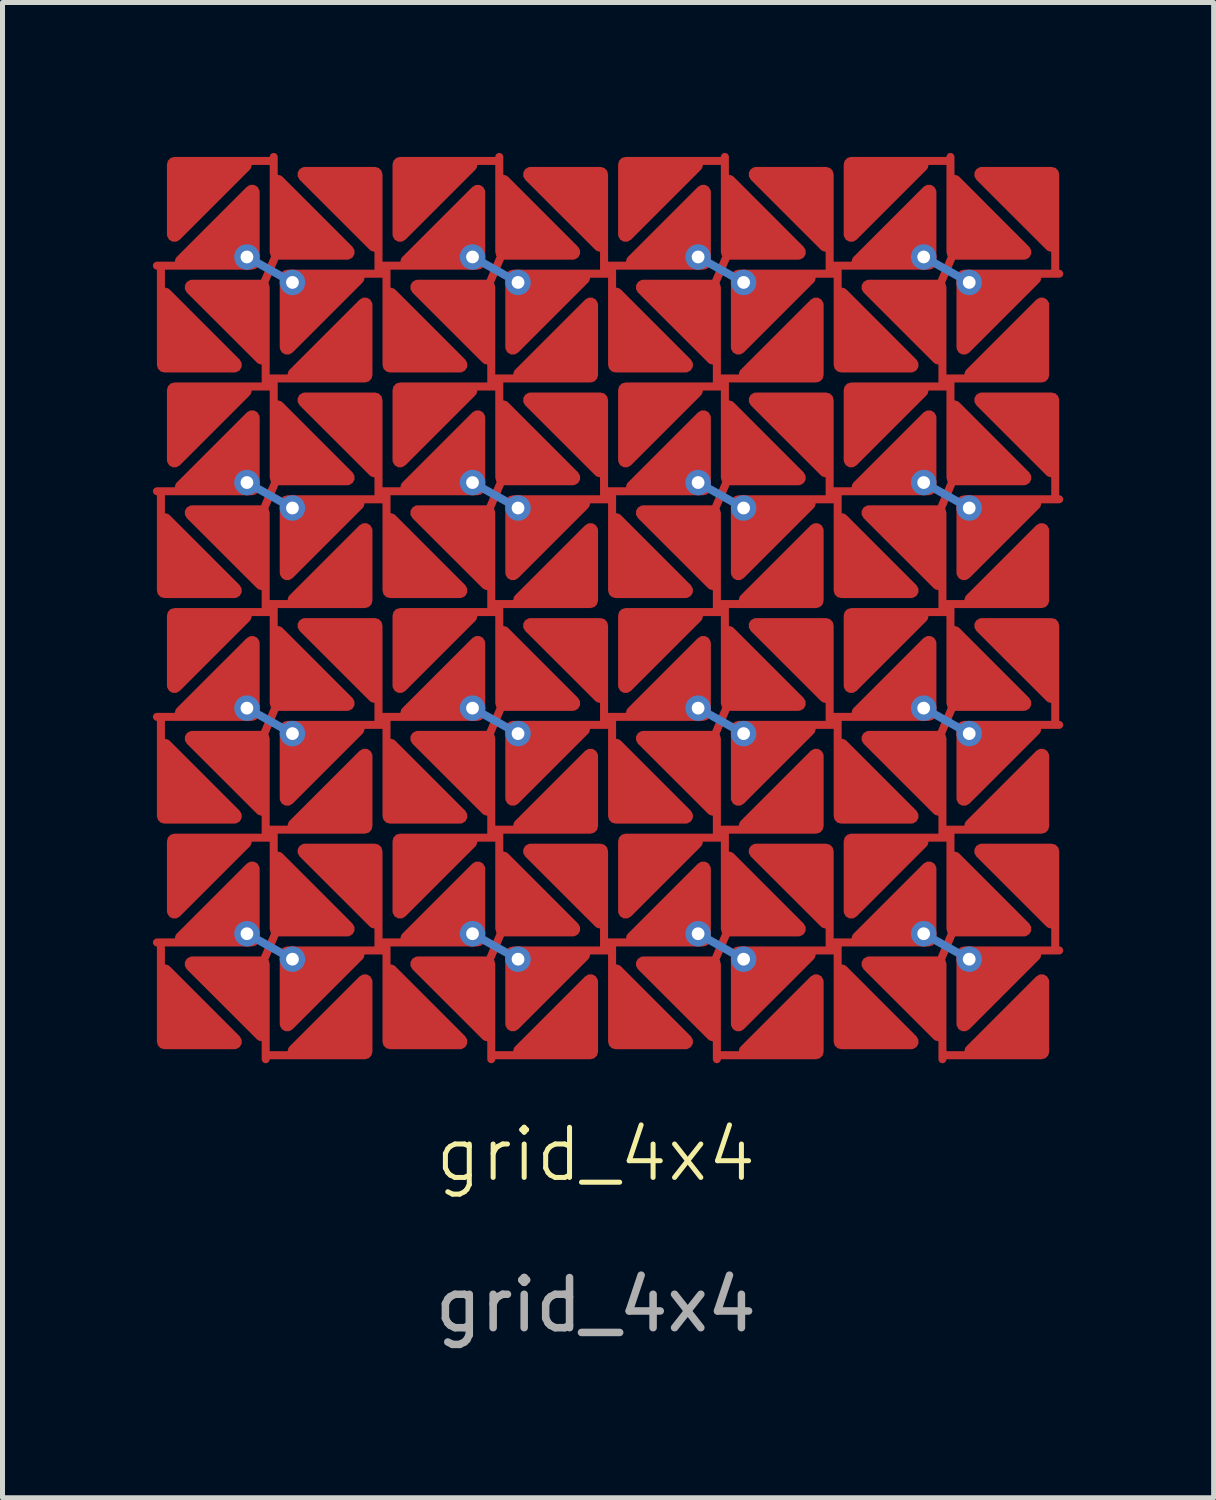
<source format=kicad_pcb>
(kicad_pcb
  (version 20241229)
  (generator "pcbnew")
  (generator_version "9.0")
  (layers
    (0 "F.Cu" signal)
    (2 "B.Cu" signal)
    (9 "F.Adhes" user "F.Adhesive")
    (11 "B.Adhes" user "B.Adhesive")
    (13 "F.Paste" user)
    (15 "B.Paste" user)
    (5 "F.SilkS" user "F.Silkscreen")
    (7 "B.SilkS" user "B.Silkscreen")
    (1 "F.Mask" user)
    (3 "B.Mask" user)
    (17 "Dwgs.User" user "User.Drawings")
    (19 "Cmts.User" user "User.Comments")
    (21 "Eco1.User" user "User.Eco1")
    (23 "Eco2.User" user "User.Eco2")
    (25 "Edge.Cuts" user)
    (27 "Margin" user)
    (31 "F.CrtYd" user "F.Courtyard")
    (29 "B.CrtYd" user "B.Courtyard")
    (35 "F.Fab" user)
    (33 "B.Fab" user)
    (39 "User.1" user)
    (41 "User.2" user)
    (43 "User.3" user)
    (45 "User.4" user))
  (footprint "grid_4x4"
    (layer "F.Cu")
    (at 8.835 20.48)
    (property "Reference" "grid_4x4" (at 0 -0.5 0) (unlocked yes) (layer "F.SilkS") (effects (font (size 1 1) (thickness 0.1))))
    (attr exclude_from_bom)
    (fp_line (start -6.585 -2.4) (end -6.585 -3.525) (stroke (width 0.1) (type solid)) (layer "F.Cu"))
    (fp_line (start -6.585 -15.9) (end -6.585 -17.025) (stroke (width 0.1) (type solid)) (layer "F.Cu"))
    (fp_line (start -6.585 -11.4) (end -6.585 -12.525) (stroke (width 0.1) (type solid)) (layer "F.Cu"))
    (fp_line (start -6.585 -6.9) (end -6.585 -8.025) (stroke (width 0.1) (type solid)) (layer "F.Cu"))
    (fp_line (start -6.505 -20.32) (end -7.63 -20.32) (stroke (width 0.1) (type solid)) (layer "F.Cu"))
    (fp_line (start -6.505 -15.98) (end -5.38 -15.98) (stroke (width 0.1) (type solid)) (layer "F.Cu"))
    (fp_line (start -6.505 -15.82) (end -7.63 -15.82) (stroke (width 0.1) (type solid)) (layer "F.Cu"))
    (fp_line (start -6.505 -11.48) (end -5.38 -11.48) (stroke (width 0.1) (type solid)) (layer "F.Cu"))
    (fp_line (start -6.505 -11.32) (end -7.63 -11.32) (stroke (width 0.1) (type solid)) (layer "F.Cu"))
    (fp_line (start -6.505 -6.98) (end -5.38 -6.98) (stroke (width 0.1) (type solid)) (layer "F.Cu"))
    (fp_line (start -6.505 -6.82) (end -7.63 -6.82) (stroke (width 0.1) (type solid)) (layer "F.Cu"))
    (fp_line (start -6.505 -2.48) (end -5.38 -2.48) (stroke (width 0.1) (type solid)) (layer "F.Cu"))
    (fp_line (start -6.425 -20.4) (end -6.425 -19.275) (stroke (width 0.1) (type solid)) (layer "F.Cu"))
    (fp_line (start -6.425 -15.9) (end -6.425 -14.775) (stroke (width 0.1) (type solid)) (layer "F.Cu"))
    (fp_line (start -6.425 -11.4) (end -6.425 -10.275) (stroke (width 0.1) (type solid)) (layer "F.Cu"))
    (fp_line (start -6.425 -6.9) (end -6.425 -5.775) (stroke (width 0.1) (type solid)) (layer "F.Cu"))
    (fp_line (start -6.355 -18.5) (end -6.655 -17.8) (stroke (width 0.1) (type solid)) (layer "F.Cu"))
    (fp_line (start -6.355 -14) (end -6.655 -13.3) (stroke (width 0.1) (type solid)) (layer "F.Cu"))
    (fp_line (start -6.355 -9.5) (end -6.655 -8.8) (stroke (width 0.1) (type solid)) (layer "F.Cu"))
    (fp_line (start -6.355 -5) (end -6.655 -4.3) (stroke (width 0.1) (type solid)) (layer "F.Cu"))
    (fp_line (start -2.085 -15.9) (end -2.085 -17.025) (stroke (width 0.1) (type solid)) (layer "F.Cu"))
    (fp_line (start -2.085 -11.4) (end -2.085 -12.525) (stroke (width 0.1) (type solid)) (layer "F.Cu"))
    (fp_line (start -2.085 -6.9) (end -2.085 -8.025) (stroke (width 0.1) (type solid)) (layer "F.Cu"))
    (fp_line (start -2.085 -2.4) (end -2.085 -3.525) (stroke (width 0.1) (type solid)) (layer "F.Cu"))
    (fp_line (start -2.005 -20.32) (end -3.13 -20.32) (stroke (width 0.1) (type solid)) (layer "F.Cu"))
    (fp_line (start -2.005 -15.98) (end -0.88 -15.98) (stroke (width 0.1) (type solid)) (layer "F.Cu"))
    (fp_line (start -2.005 -15.82) (end -3.13 -15.82) (stroke (width 0.1) (type solid)) (layer "F.Cu"))
    (fp_line (start -2.005 -11.48) (end -0.88 -11.48) (stroke (width 0.1) (type solid)) (layer "F.Cu"))
    (fp_line (start -2.005 -11.32) (end -3.13 -11.32) (stroke (width 0.1) (type solid)) (layer "F.Cu"))
    (fp_line (start -2.005 -6.98) (end -0.88 -6.98) (stroke (width 0.1) (type solid)) (layer "F.Cu"))
    (fp_line (start -2.005 -6.82) (end -3.13 -6.82) (stroke (width 0.1) (type solid)) (layer "F.Cu"))
    (fp_line (start -2.005 -2.48) (end -0.88 -2.48) (stroke (width 0.1) (type solid)) (layer "F.Cu"))
    (fp_line (start -1.925 -20.4) (end -1.925 -19.275) (stroke (width 0.1) (type solid)) (layer "F.Cu"))
    (fp_line (start -1.925 -15.9) (end -1.925 -14.775) (stroke (width 0.1) (type solid)) (layer "F.Cu"))
    (fp_line (start -1.925 -11.4) (end -1.925 -10.275) (stroke (width 0.1) (type solid)) (layer "F.Cu"))
    (fp_line (start -1.925 -6.9) (end -1.925 -5.775) (stroke (width 0.1) (type solid)) (layer "F.Cu"))
    (fp_line (start -1.855 -18.5) (end -2.155 -17.8) (stroke (width 0.1) (type solid)) (layer "F.Cu"))
    (fp_line (start -1.855 -14) (end -2.155 -13.3) (stroke (width 0.1) (type solid)) (layer "F.Cu"))
    (fp_line (start -1.855 -9.5) (end -2.155 -8.8) (stroke (width 0.1) (type solid)) (layer "F.Cu"))
    (fp_line (start -1.855 -5) (end -2.155 -4.3) (stroke (width 0.1) (type solid)) (layer "F.Cu"))
    (fp_line (start 2.415 -15.9) (end 2.415 -17.025) (stroke (width 0.1) (type solid)) (layer "F.Cu"))
    (fp_line (start 2.415 -2.4) (end 2.415 -3.525) (stroke (width 0.1) (type solid)) (layer "F.Cu"))
    (fp_line (start 2.415 -11.4) (end 2.415 -12.525) (stroke (width 0.1) (type solid)) (layer "F.Cu"))
    (fp_line (start 2.415 -6.9) (end 2.415 -8.025) (stroke (width 0.1) (type solid)) (layer "F.Cu"))
    (fp_line (start 2.495 -20.32) (end 1.37 -20.32) (stroke (width 0.1) (type solid)) (layer "F.Cu"))
    (fp_line (start 2.495 -15.98) (end 3.62 -15.98) (stroke (width 0.1) (type solid)) (layer "F.Cu"))
    (fp_line (start 2.495 -15.82) (end 1.37 -15.82) (stroke (width 0.1) (type solid)) (layer "F.Cu"))
    (fp_line (start 2.495 -11.48) (end 3.62 -11.48) (stroke (width 0.1) (type solid)) (layer "F.Cu"))
    (fp_line (start 2.495 -11.32) (end 1.37 -11.32) (stroke (width 0.1) (type solid)) (layer "F.Cu"))
    (fp_line (start 2.495 -6.98) (end 3.62 -6.98) (stroke (width 0.1) (type solid)) (layer "F.Cu"))
    (fp_line (start 2.495 -6.82) (end 1.37 -6.82) (stroke (width 0.1) (type solid)) (layer "F.Cu"))
    (fp_line (start 2.495 -2.48) (end 3.62 -2.48) (stroke (width 0.1) (type solid)) (layer "F.Cu"))
    (fp_line (start 2.575 -20.4) (end 2.575 -19.275) (stroke (width 0.1) (type solid)) (layer "F.Cu"))
    (fp_line (start 2.575 -15.9) (end 2.575 -14.775) (stroke (width 0.1) (type solid)) (layer "F.Cu"))
    (fp_line (start 2.575 -11.4) (end 2.575 -10.275) (stroke (width 0.1) (type solid)) (layer "F.Cu"))
    (fp_line (start 2.575 -6.9) (end 2.575 -5.775) (stroke (width 0.1) (type solid)) (layer "F.Cu"))
    (fp_line (start 2.645 -18.5) (end 2.345 -17.8) (stroke (width 0.1) (type solid)) (layer "F.Cu"))
    (fp_line (start 2.645 -14) (end 2.345 -13.3) (stroke (width 0.1) (type solid)) (layer "F.Cu"))
    (fp_line (start 2.645 -9.5) (end 2.345 -8.8) (stroke (width 0.1) (type solid)) (layer "F.Cu"))
    (fp_line (start 2.645 -5) (end 2.345 -4.3) (stroke (width 0.1) (type solid)) (layer "F.Cu"))
    (fp_line (start 6.915 -15.9) (end 6.915 -17.025) (stroke (width 0.1) (type solid)) (layer "F.Cu"))
    (fp_line (start 6.915 -2.4) (end 6.915 -3.525) (stroke (width 0.1) (type solid)) (layer "F.Cu"))
    (fp_line (start 6.915 -11.4) (end 6.915 -12.525) (stroke (width 0.1) (type solid)) (layer "F.Cu"))
    (fp_line (start 6.915 -6.9) (end 6.915 -8.025) (stroke (width 0.1) (type solid)) (layer "F.Cu"))
    (fp_line (start 6.995 -20.32) (end 5.87 -20.32) (stroke (width 0.1) (type solid)) (layer "F.Cu"))
    (fp_line (start 6.995 -15.98) (end 8.12 -15.98) (stroke (width 0.1) (type solid)) (layer "F.Cu"))
    (fp_line (start 6.995 -15.82) (end 5.87 -15.82) (stroke (width 0.1) (type solid)) (layer "F.Cu"))
    (fp_line (start 6.995 -11.48) (end 8.12 -11.48) (stroke (width 0.1) (type solid)) (layer "F.Cu"))
    (fp_line (start 6.995 -11.32) (end 5.87 -11.32) (stroke (width 0.1) (type solid)) (layer "F.Cu"))
    (fp_line (start 6.995 -6.98) (end 8.12 -6.98) (stroke (width 0.1) (type solid)) (layer "F.Cu"))
    (fp_line (start 6.995 -6.82) (end 5.87 -6.82) (stroke (width 0.1) (type solid)) (layer "F.Cu"))
    (fp_line (start 6.995 -2.48) (end 8.12 -2.48) (stroke (width 0.1) (type solid)) (layer "F.Cu"))
    (fp_line (start 7.075 -20.4) (end 7.075 -19.275) (stroke (width 0.1) (type solid)) (layer "F.Cu"))
    (fp_line (start 7.075 -15.9) (end 7.075 -14.775) (stroke (width 0.1) (type solid)) (layer "F.Cu"))
    (fp_line (start 7.075 -11.4) (end 7.075 -10.275) (stroke (width 0.1) (type solid)) (layer "F.Cu"))
    (fp_line (start 7.075 -6.9) (end 7.075 -5.775) (stroke (width 0.1) (type solid)) (layer "F.Cu"))
    (fp_line (start 7.145 -18.5) (end 6.845 -17.8) (stroke (width 0.1) (type solid)) (layer "F.Cu"))
    (fp_line (start 7.145 -14) (end 6.845 -13.3) (stroke (width 0.1) (type solid)) (layer "F.Cu"))
    (fp_line (start 7.145 -9.5) (end 6.845 -8.8) (stroke (width 0.1) (type solid)) (layer "F.Cu"))
    (fp_curve (pts (xy 7.145 -5) (xy 7.045 -4.767) (xy 6.945 -4.533) (xy 6.845 -4.3)) (stroke (width 0.1) (type solid)) (layer "F.Cu"))
    (fp_text user "${REFERENCE}" (at 0 2.5 0) (unlocked yes) (layer "F.Fab") (effects (font (size 1 1) (thickness 0.15))))
    (pad "1" smd custom (at -8 -20) (size 0.5 0.5) (layers "F.Cu") (options (anchor circle)) (primitives (gr_poly (pts (xy -0.405 1.146) (xy -0.405 -0.25) (xy 0.991 -0.25)) (width 0.3) (fill yes)) (gr_line (start 1.495 -0.32) (end 0.37 -0.32) (width 0.16)) (gr_line (start 1.575 -0.4) (end 1.575 0.725) (width 0.16)) (gr_poly (pts (xy 3.041 1.5) (xy 1.645 1.5) (xy 1.645 0.103)) (width 0.3) (fill yes)) (gr_line (start 1.645 1.5) (end 1.345 2.2) (width 0.16)) (gr_poly (pts (xy 1.345 3.596) (xy -0.052 2.2) (xy 1.345 2.2)) (width 0.3) (fill yes)) (gr_line (start 1.415 4.1) (end 1.415 2.975) (width 0.16)) (gr_line (start 1.495 4.02) (end 2.62 4.02) (width 0.16)) (gr_poly (pts (xy 3.395 3.95) (xy 1.998 3.95) (xy 3.395 2.553)) (width 0.3) (fill yes)) (gr_line (start 1.495 4.18) (end 0.37 4.18) (width 0.16)) (gr_line (start 1.575 4.1) (end 1.575 5.225) (width 0.16)) (gr_poly (pts (xy 0.991 4.25) (xy -0.405 5.646) (xy -0.405 4.25)) (width 0.3) (fill yes)) (gr_poly (pts (xy 3.041 6) (xy 1.645 6) (xy 1.645 4.603)) (width 0.3) (fill yes)) (gr_line (start 1.645 6) (end 1.345 6.7) (width 0.16)) (gr_poly (pts (xy 1.345 6.7) (xy 1.345 8.096) (xy -0.052 6.7)) (width 0.3) (fill yes)) (gr_line (start 1.415 8.6) (end 1.415 7.475) (width 0.16)) (gr_line (start 1.495 8.52) (end 2.62 8.52) (width 0.16)) (gr_poly (pts (xy 3.395 8.45) (xy 1.998 8.45) (xy 3.395 7.053)) (width 0.3) (fill yes)) (gr_line (start 1.495 8.68) (end 0.37 8.68) (width 0.16)) (gr_line (start 1.575 8.6) (end 1.575 9.725) (width 0.16)) (gr_poly (pts (xy -0.405 10.146) (xy -0.405 8.75) (xy 0.991 8.75)) (width 0.3) (fill yes)) (gr_poly (pts (xy 3.041 10.5) (xy 1.645 10.5) (xy 1.645 9.103)) (width 0.3) (fill yes)) (gr_line (start 1.645 10.5) (end 1.345 11.2) (width 0.16)) (gr_poly (pts (xy 1.345 11.2) (xy 1.345 12.596) (xy -0.052 11.2)) (width 0.3) (fill yes)) (gr_line (start 1.415 13.1) (end 1.415 11.975) (width 0.16)) (gr_line (start 1.495 13.02) (end 2.62 13.02) (width 0.16)) (gr_poly (pts (xy 3.395 12.95) (xy 1.998 12.95) (xy 3.395 11.553)) (width 0.3) (fill yes)) (gr_line (start 1.495 13.18) (end 0.37 13.18) (width 0.16)) (gr_line (start 1.575 13.1) (end 1.575 14.225) (width 0.16)) (gr_poly (pts (xy -0.405 14.646) (xy -0.405 13.25) (xy 0.991 13.25)) (width 0.3) (fill yes)) (gr_poly (pts (xy 3.041 15) (xy 1.645 15) (xy 1.645 13.603)) (width 0.3) (fill yes)) (gr_line (start 1.645 15) (end 1.345 15.7) (width 0.16)) (gr_poly (pts (xy 1.345 17.096) (xy -0.052 15.7) (xy 1.345 15.7)) (width 0.3) (fill yes)) (gr_line (start 1.415 17.6) (end 1.415 16.475) (width 0.16)) (gr_line (start 1.495 17.52) (end 2.62 17.52) (width 0.16)) (gr_poly (pts (xy 3.395 17.45) (xy 1.998 17.45) (xy 3.395 16.053)) (width 0.3) (fill yes))))
    (pad "2" smd custom (at -3.5 -20) (size 0.5 0.5) (layers "F.Cu") (options (anchor circle)) (primitives (gr_poly (pts (xy -0.405 1.146) (xy -0.405 -0.25) (xy 0.991 -0.25)) (width 0.3) (fill yes)) (gr_line (start 1.495 -0.32) (end 0.37 -0.32) (width 0.16)) (gr_line (start 1.575 -0.4) (end 1.575 0.725) (width 0.16)) (gr_poly (pts (xy 3.041 1.5) (xy 1.645 1.5) (xy 1.645 0.103)) (width 0.3) (fill yes)) (gr_line (start 1.645 1.5) (end 1.345 2.2) (width 0.16)) (gr_poly (pts (xy 1.345 3.596) (xy -0.052 2.2) (xy 1.345 2.2)) (width 0.3) (fill yes)) (gr_line (start 1.415 4.1) (end 1.415 2.975) (width 0.16)) (gr_line (start 1.495 4.02) (end 2.62 4.02) (width 0.16)) (gr_poly (pts (xy 3.395 3.95) (xy 1.998 3.95) (xy 3.395 2.553)) (width 0.3) (fill yes)) (gr_line (start 1.495 4.18) (end 0.37 4.18) (width 0.16)) (gr_line (start 1.575 4.1) (end 1.575 5.225) (width 0.16)) (gr_poly (pts (xy 0.991 4.25) (xy -0.405 5.646) (xy -0.405 4.25)) (width 0.3) (fill yes)) (gr_poly (pts (xy 3.041 6) (xy 1.645 6) (xy 1.645 4.603)) (width 0.3) (fill yes)) (gr_line (start 1.645 6) (end 1.345 6.7) (width 0.16)) (gr_poly (pts (xy 1.345 6.7) (xy 1.345 8.096) (xy -0.052 6.7)) (width 0.3) (fill yes)) (gr_line (start 1.415 8.6) (end 1.415 7.475) (width 0.16)) (gr_line (start 1.495 8.52) (end 2.62 8.52) (width 0.16)) (gr_poly (pts (xy 3.395 8.45) (xy 1.998 8.45) (xy 3.395 7.053)) (width 0.3) (fill yes)) (gr_line (start 1.495 8.68) (end 0.37 8.68) (width 0.16)) (gr_line (start 1.575 8.6) (end 1.575 9.725) (width 0.16)) (gr_poly (pts (xy -0.405 10.146) (xy -0.405 8.75) (xy 0.991 8.75)) (width 0.3) (fill yes)) (gr_poly (pts (xy 3.041 10.5) (xy 1.645 10.5) (xy 1.645 9.103)) (width 0.3) (fill yes)) (gr_line (start 1.645 10.5) (end 1.345 11.2) (width 0.16)) (gr_poly (pts (xy 1.345 11.2) (xy 1.345 12.596) (xy -0.052 11.2)) (width 0.3) (fill yes)) (gr_line (start 1.415 13.1) (end 1.415 11.975) (width 0.16)) (gr_line (start 1.495 13.02) (end 2.62 13.02) (width 0.16)) (gr_poly (pts (xy 3.395 12.95) (xy 1.998 12.95) (xy 3.395 11.553)) (width 0.3) (fill yes)) (gr_line (start 1.495 13.18) (end 0.37 13.18) (width 0.16)) (gr_line (start 1.575 13.1) (end 1.575 14.225) (width 0.16)) (gr_poly (pts (xy -0.405 14.646) (xy -0.405 13.25) (xy 0.991 13.25)) (width 0.3) (fill yes)) (gr_poly (pts (xy 3.041 15) (xy 1.645 15) (xy 1.645 13.603)) (width 0.3) (fill yes)) (gr_line (start 1.645 15) (end 1.345 15.7) (width 0.16)) (gr_poly (pts (xy 1.345 17.096) (xy -0.052 15.7) (xy 1.345 15.7)) (width 0.3) (fill yes)) (gr_line (start 1.415 17.6) (end 1.415 16.475) (width 0.16)) (gr_line (start 1.495 17.52) (end 2.62 17.52) (width 0.16)) (gr_poly (pts (xy 3.395 17.45) (xy 1.998 17.45) (xy 3.395 16.053)) (width 0.3) (fill yes))))
    (pad "3" smd custom (at 1 -20) (size 0.5 0.5) (layers "F.Cu") (options (anchor circle)) (primitives (gr_poly (pts (xy -0.405 1.146) (xy -0.405 -0.25) (xy 0.991 -0.25)) (width 0.3) (fill yes)) (gr_line (start 1.495 -0.32) (end 0.37 -0.32) (width 0.16)) (gr_line (start 1.575 -0.4) (end 1.575 0.725) (width 0.16)) (gr_poly (pts (xy 3.041 1.5) (xy 1.645 1.5) (xy 1.645 0.103)) (width 0.3) (fill yes)) (gr_line (start 1.645 1.5) (end 1.345 2.2) (width 0.16)) (gr_poly (pts (xy 1.345 3.596) (xy -0.052 2.2) (xy 1.345 2.2)) (width 0.3) (fill yes)) (gr_line (start 1.415 4.1) (end 1.415 2.975) (width 0.16)) (gr_line (start 1.495 4.02) (end 2.62 4.02) (width 0.16)) (gr_poly (pts (xy 3.395 3.95) (xy 1.998 3.95) (xy 3.395 2.553)) (width 0.3) (fill yes)) (gr_line (start 1.495 4.18) (end 0.37 4.18) (width 0.16)) (gr_line (start 1.575 4.1) (end 1.575 5.225) (width 0.16)) (gr_poly (pts (xy 0.991 4.25) (xy -0.405 5.646) (xy -0.405 4.25)) (width 0.3) (fill yes)) (gr_poly (pts (xy 3.041 6) (xy 1.645 6) (xy 1.645 4.603)) (width 0.3) (fill yes)) (gr_line (start 1.645 6) (end 1.345 6.7) (width 0.16)) (gr_poly (pts (xy 1.345 6.7) (xy 1.345 8.096) (xy -0.052 6.7)) (width 0.3) (fill yes)) (gr_line (start 1.415 8.6) (end 1.415 7.475) (width 0.16)) (gr_line (start 1.495 8.52) (end 2.62 8.52) (width 0.16)) (gr_poly (pts (xy 3.395 8.45) (xy 1.998 8.45) (xy 3.395 7.053)) (width 0.3) (fill yes)) (gr_line (start 1.495 8.68) (end 0.37 8.68) (width 0.16)) (gr_line (start 1.575 8.6) (end 1.575 9.725) (width 0.16)) (gr_poly (pts (xy -0.405 10.146) (xy -0.405 8.75) (xy 0.991 8.75)) (width 0.3) (fill yes)) (gr_poly (pts (xy 3.041 10.5) (xy 1.645 10.5) (xy 1.645 9.103)) (width 0.3) (fill yes)) (gr_line (start 1.645 10.5) (end 1.345 11.2) (width 0.16)) (gr_poly (pts (xy 1.345 11.2) (xy 1.345 12.596) (xy -0.052 11.2)) (width 0.3) (fill yes)) (gr_line (start 1.415 13.1) (end 1.415 11.975) (width 0.16)) (gr_line (start 1.495 13.02) (end 2.62 13.02) (width 0.16)) (gr_poly (pts (xy 3.395 12.95) (xy 1.998 12.95) (xy 3.395 11.553)) (width 0.3) (fill yes)) (gr_line (start 1.495 13.18) (end 0.37 13.18) (width 0.16)) (gr_line (start 1.575 13.1) (end 1.575 14.225) (width 0.16)) (gr_poly (pts (xy -0.405 14.646) (xy -0.405 13.25) (xy 0.991 13.25)) (width 0.3) (fill yes)) (gr_poly (pts (xy 3.041 15) (xy 1.645 15) (xy 1.645 13.603)) (width 0.3) (fill yes)) (gr_line (start 1.645 15) (end 1.345 15.7) (width 0.16)) (gr_poly (pts (xy 1.345 17.096) (xy -0.052 15.7) (xy 1.345 15.7)) (width 0.3) (fill yes)) (gr_line (start 1.415 17.6) (end 1.415 16.475) (width 0.16)) (gr_line (start 1.495 17.52) (end 2.62 17.52) (width 0.16)) (gr_poly (pts (xy 3.395 17.45) (xy 1.998 17.45) (xy 3.395 16.053)) (width 0.3) (fill yes))))
    (pad "4" smd custom (at 5.5 -19.5) (size 0.5 0.5) (layers "F.Cu") (options (anchor circle)) (primitives (gr_poly (pts (xy -0.405 0.646) (xy -0.405 -0.75) (xy 0.991 -0.75)) (width 0.3) (fill yes)) (gr_line (start 1.495 -0.82) (end 0.37 -0.82) (width 0.16)) (gr_line (start 1.575 -0.9) (end 1.575 0.225) (width 0.16)) (gr_poly (pts (xy 3.041 1) (xy 1.645 1) (xy 1.645 -0.397)) (width 0.3) (fill yes)) (gr_line (start 1.645 1) (end 1.345 1.7) (width 0.16)) (gr_poly (pts (xy 1.345 3.096) (xy -0.052 1.7) (xy 1.345 1.7)) (width 0.3) (fill yes)) (gr_line (start 1.415 3.6) (end 1.415 2.475) (width 0.16)) (gr_line (start 1.495 3.52) (end 2.62 3.52) (width 0.16)) (gr_poly (pts (xy 3.395 3.45) (xy 1.998 3.45) (xy 3.395 2.053)) (width 0.3) (fill yes)) (gr_line (start 1.495 3.68) (end 0.37 3.68) (width 0.16)) (gr_line (start 1.575 3.6) (end 1.575 4.725) (width 0.16)) (gr_poly (pts (xy 0.991 3.75) (xy -0.405 5.146) (xy -0.405 3.75)) (width 0.3) (fill yes)) (gr_poly (pts (xy 3.041 5.5) (xy 1.645 5.5) (xy 1.645 4.103)) (width 0.3) (fill yes)) (gr_line (start 1.645 5.5) (end 1.345 6.2) (width 0.16)) (gr_poly (pts (xy 1.345 6.2) (xy 1.345 7.596) (xy -0.052 6.2)) (width 0.3) (fill yes)) (gr_line (start 1.415 8.1) (end 1.415 6.975) (width 0.16)) (gr_line (start 1.495 8.02) (end 2.62 8.02) (width 0.16)) (gr_poly (pts (xy 3.395 7.95) (xy 1.998 7.95) (xy 3.395 6.553)) (width 0.3) (fill yes)) (gr_line (start 1.495 8.18) (end 0.37 8.18) (width 0.16)) (gr_line (start 1.575 8.1) (end 1.575 9.225) (width 0.16)) (gr_poly (pts (xy -0.405 9.646) (xy -0.405 8.25) (xy 0.991 8.25)) (width 0.3) (fill yes)) (gr_poly (pts (xy 3.041 10) (xy 1.645 10) (xy 1.645 8.603)) (width 0.3) (fill yes)) (gr_line (start 1.645 10) (end 1.345 10.7) (width 0.16)) (gr_poly (pts (xy 1.345 10.7) (xy 1.345 12.096) (xy -0.052 10.7)) (width 0.3) (fill yes)) (gr_line (start 1.415 12.6) (end 1.415 11.475) (width 0.16)) (gr_line (start 1.495 12.52) (end 2.62 12.52) (width 0.16)) (gr_poly (pts (xy 3.395 12.45) (xy 1.998 12.45) (xy 3.395 11.053)) (width 0.3) (fill yes)) (gr_line (start 1.495 12.68) (end 0.37 12.68) (width 0.16)) (gr_line (start 1.575 12.6) (end 1.575 13.725) (width 0.16)) (gr_poly (pts (xy -0.405 14.146) (xy -0.405 12.75) (xy 0.991 12.75)) (width 0.3) (fill yes)) (gr_poly (pts (xy 3.041 14.5) (xy 1.645 14.5) (xy 1.645 13.103)) (width 0.3) (fill yes)) (gr_curve (pts (xy 1.645 14.5) (xy 1.545 14.733) (xy 1.445 14.967) (xy 1.345 15.2)) (width 0.16)) (gr_poly (pts (xy 1.345 16.596) (xy -0.052 15.2) (xy 1.345 15.2)) (width 0.3) (fill yes)) (gr_line (start 1.415 17.1) (end 1.415 15.975) (width 0.16)) (gr_line (start 1.495 17.02) (end 2.62 17.02) (width 0.16)) (gr_poly (pts (xy 3.395 16.95) (xy 1.998 16.95) (xy 3.395 15.553)) (width 0.3) (fill yes))))
    (pad "5" smd custom (at -8 -16.5) (size 0.5 0.5) (layers "F.Cu") (options (anchor circle)) (primitives (gr_poly (pts (xy 0.791 0.25) (xy -0.605 0.25) (xy -0.605 -1.147)) (width 0.3) (fill yes)) (gr_line (start -0.675 -1.65) (end -0.675 -0.525) (width 0.16)) (gr_line (start -0.675 -1.65) (end -0.675 -0.525) (width 0.1)) (gr_line (start -0.755 -1.73) (end 0.37 -1.73) (width 0.16)) (gr_poly (pts (xy 1.145 -1.8) (xy -0.252 -1.8) (xy 1.145 -3.197)) (width 0.3) (fill yes)) (gr_line (start -0.755 -1.73) (end 0.37 -1.73) (width 0.1))))
    (pad "5" thru_hole circle (at -6.959 -18.404) (size 0.508 0.508) (drill 0.254) (layers "*.Cu"))
    (pad "5" smd custom (at -6.505 -18.15) (size 0.1 0.1) (layers "B.Cu") (options (anchor circle)) (primitives (gr_line (start -0.454 -0.254) (end 0.454 0.254) (width 0.1)) (gr_line (start -0.454 -0.254) (end 0.454 0.254) (width 0.16))))
    (pad "5" thru_hole circle (at -6.051 -17.896) (size 0.508 0.508) (drill 0.254) (layers "*.Cu"))
    (pad "5" smd custom (at -6 -17.025) (size 0.5 0.5) (layers "F.Cu") (options (anchor circle)) (primitives (gr_poly (pts (xy 1.241 -0.975) (xy -0.155 0.421) (xy -0.155 -0.975)) (width 0.3) (fill yes)) (gr_line (start 1.745 -1.045) (end 0.62 -1.045) (width 0.16)) (gr_line (start 1.825 -1.125) (end 1.825 0) (width 0.16)) (gr_poly (pts (xy 3.291 0.775) (xy 1.895 0.775) (xy 1.895 -0.621)) (width 0.3) (fill yes)) (gr_line (start 1.825 -1.125) (end 1.825 0) (width 0.1)) (gr_line (start 1.745 -1.045) (end 0.62 -1.045) (width 0.1)) (gr_line (start 1.745 -1.205) (end 2.87 -1.205) (width 0.16)) (gr_poly (pts (xy 3.645 -1.275) (xy 2.248 -1.275) (xy 3.645 -2.671)) (width 0.3) (fill yes)) (gr_line (start 1.745 -1.205) (end 2.87 -1.205) (width 0.1)) (gr_line (start 1.665 -1.125) (end 1.665 -2.25) (width 0.16)) (gr_poly (pts (xy 1.595 -1.629) (xy 0.198 -3.025) (xy 1.595 -3.025)) (width 0.3) (fill yes)) (gr_line (start 1.665 -1.125) (end 1.665 -2.25) (width 0.1))))
    (pad "5" thru_hole circle (at -2.459 -18.404) (size 0.508 0.508) (drill 0.254) (layers "*.Cu"))
    (pad "5" smd custom (at -2.005 -18.15) (size 0.1 0.1) (layers "B.Cu") (options (anchor circle)) (primitives (gr_line (start -0.454 -0.254) (end 0.454 0.254) (width 0.1)) (gr_line (start -0.454 -0.254) (end 0.454 0.254) (width 0.16))))
    (pad "5" thru_hole circle (at -1.551 -17.896) (size 0.508 0.508) (drill 0.254) (layers "*.Cu"))
    (pad "5" smd custom (at -1.5 -17.5) (size 0.5 0.5) (layers "F.Cu") (options (anchor circle)) (primitives (gr_poly (pts (xy -0.155 0.896) (xy -0.155 -0.5) (xy 1.241 -0.5)) (width 0.3) (fill yes)) (gr_line (start 1.745 -0.57) (end 0.62 -0.57) (width 0.16)) (gr_line (start 1.825 -0.65) (end 1.825 0.475) (width 0.16)) (gr_poly (pts (xy 3.291 1.25) (xy 1.895 1.25) (xy 1.895 -0.147)) (width 0.3) (fill yes)) (gr_line (start 1.825 -0.65) (end 1.825 0.475) (width 0.1)) (gr_line (start 1.745 -0.57) (end 0.62 -0.57) (width 0.1)) (gr_line (start 1.745 -0.73) (end 2.87 -0.73) (width 0.16)) (gr_poly (pts (xy 3.645 -0.8) (xy 2.248 -0.8) (xy 3.645 -2.197)) (width 0.3) (fill yes)) (gr_line (start 1.745 -0.73) (end 2.87 -0.73) (width 0.1)) (gr_line (start 1.665 -0.65) (end 1.665 -1.775) (width 0.16)) (gr_poly (pts (xy 1.595 -1.154) (xy 0.198 -2.55) (xy 1.595 -2.55)) (width 0.3) (fill yes)) (gr_line (start 1.665 -0.65) (end 1.665 -1.775) (width 0.1))))
    (pad "5" thru_hole circle (at 2.041 -18.404) (size 0.508 0.508) (drill 0.254) (layers "*.Cu"))
    (pad "5" smd custom (at 2.495 -18.15) (size 0.1 0.1) (layers "B.Cu") (options (anchor circle)) (primitives (gr_line (start -0.454 -0.254) (end 0.454 0.254) (width 0.1)) (gr_line (start -0.454 -0.254) (end 0.454 0.254) (width 0.16))))
    (pad "5" thru_hole circle (at 2.949 -17.896) (size 0.508 0.508) (drill 0.254) (layers "*.Cu"))
    (pad "5" smd custom (at 3.5 -17.553) (size 0.5 0.5) (layers "F.Cu") (options (anchor circle)) (primitives (gr_poly (pts (xy -0.655 0.949) (xy -0.655 -0.447) (xy 0.741 -0.447)) (width 0.3) (fill yes)) (gr_line (start 1.245 -0.517) (end 0.12 -0.517) (width 0.16)) (gr_line (start 1.325 -0.597) (end 1.325 0.528) (width 0.16)) (gr_poly (pts (xy 2.791 1.303) (xy 1.395 1.303) (xy 1.395 -0.094)) (width 0.3) (fill yes)) (gr_line (start 1.325 -0.597) (end 1.325 0.528) (width 0.1)) (gr_line (start 1.245 -0.517) (end 0.12 -0.517) (width 0.1)) (gr_line (start 1.245 -0.677) (end 2.37 -0.677) (width 0.16)) (gr_poly (pts (xy 3.145 -0.747) (xy 1.748 -0.747) (xy 3.145 -2.144)) (width 0.3) (fill yes)) (gr_line (start 1.245 -0.677) (end 2.37 -0.677) (width 0.1)) (gr_line (start 1.165 -0.597) (end 1.165 -1.722) (width 0.16)) (gr_poly (pts (xy 1.095 -1.101) (xy -0.302 -2.497) (xy 1.095 -2.497)) (width 0.3) (fill yes)) (gr_line (start 1.165 -0.597) (end 1.165 -1.722) (width 0.1))))
    (pad "5" thru_hole circle (at 6.541 -18.404) (size 0.508 0.508) (drill 0.254) (layers "*.Cu"))
    (pad "5" smd custom (at 6.995 -18.15) (size 0.1 0.1) (layers "B.Cu") (options (anchor circle)) (primitives (gr_line (start -0.454 -0.254) (end 0.454 0.254) (width 0.1)) (gr_line (start -0.454 -0.254) (end 0.454 0.254) (width 0.16))))
    (pad "5" thru_hole circle (at 7.449 -17.896) (size 0.508 0.508) (drill 0.254) (layers "*.Cu"))
    (pad "5" smd custom (at 8 -17.5) (size 0.5 0.5) (layers "F.Cu") (options (anchor circle)) (primitives (gr_poly (pts (xy -0.655 0.896) (xy -0.655 -0.5) (xy 0.741 -0.5)) (width 0.3) (fill yes)) (gr_line (start 1.245 -0.57) (end 0.12 -0.57) (width 0.16)) (gr_line (start 1.245 -0.57) (end 0.12 -0.57) (width 0.1)) (gr_line (start 1.165 -0.65) (end 1.165 -1.775) (width 0.16)) (gr_poly (pts (xy 1.095 -1.154) (xy -0.302 -2.55) (xy 1.095 -2.55)) (width 0.3) (fill yes)) (gr_line (start 1.165 -0.65) (end 1.165 -1.775) (width 0.1))))
    (pad "6" smd custom (at -8.5 -12.5) (size 0.2 0.2) (layers "F.Cu") (options (anchor circle)) (primitives (gr_line (start -0.175 -1.15) (end -0.175 -0.025) (width 0.16)) (gr_line (start -0.255 -1.23) (end 0.87 -1.23) (width 0.1)) (gr_line (start -0.255 -1.23) (end 0.87 -1.23) (width 0.16)) (gr_line (start -0.175 -1.15) (end -0.175 -0.025) (width 0.1)) (gr_poly (pts (xy 1.291 0.75) (xy -0.105 0.75) (xy -0.105 -0.647)) (width 0.3) (fill yes)) (gr_poly (pts (xy 1.645 -1.3) (xy 0.248 -1.3) (xy 1.645 -2.697)) (width 0.3) (fill yes))))
    (pad "6" thru_hole circle (at -6.959 -13.904) (size 0.508 0.508) (drill 0.254) (layers "*.Cu"))
    (pad "6" smd custom (at -6.505 -13.65) (size 0.1 0.1) (layers "B.Cu") (options (anchor circle)) (primitives (gr_line (start -0.454 -0.254) (end 0.454 0.254) (width 0.1)) (gr_line (start -0.454 -0.254) (end 0.454 0.254) (width 0.16))))
    (pad "6" thru_hole circle (at -6.051 -13.396) (size 0.508 0.508) (drill 0.254) (layers "*.Cu"))
    (pad "6" smd custom (at -5.5 -13) (size 0.2 0.2) (layers "F.Cu") (options (anchor circle)) (primitives (gr_poly (pts (xy 0.741 -0.5) (xy -0.655 0.896) (xy -0.655 -0.5)) (width 0.3) (fill yes)) (gr_line (start 1.245 -0.57) (end 0.12 -0.57) (width 0.1)) (gr_line (start 1.165 -0.65) (end 1.165 -1.775) (width 0.1)) (gr_line (start 1.165 -0.65) (end 1.165 -1.775) (width 0.16)) (gr_line (start 1.245 -0.73) (end 2.37 -0.73) (width 0.1)) (gr_line (start 1.245 -0.73) (end 2.37 -0.73) (width 0.16)) (gr_line (start 1.245 -0.57) (end 0.12 -0.57) (width 0.16)) (gr_line (start 1.325 -0.65) (end 1.325 0.475) (width 0.1)) (gr_line (start 1.325 -0.65) (end 1.325 0.475) (width 0.16)) (gr_poly (pts (xy 1.095 -1.154) (xy -0.302 -2.55) (xy 1.095 -2.55)) (width 0.3) (fill yes)) (gr_poly (pts (xy 2.791 1.25) (xy 1.395 1.25) (xy 1.395 -0.147)) (width 0.3) (fill yes)) (gr_poly (pts (xy 3.145 -0.8) (xy 1.748 -0.8) (xy 3.145 -2.197)) (width 0.3) (fill yes))))
    (pad "6" thru_hole circle (at -2.459 -13.904) (size 0.508 0.508) (drill 0.254) (layers "*.Cu"))
    (pad "6" smd custom (at -2.005 -13.65) (size 0.1 0.1) (layers "B.Cu") (options (anchor circle)) (primitives (gr_line (start -0.454 -0.254) (end 0.454 0.254) (width 0.1)) (gr_line (start -0.454 -0.254) (end 0.454 0.254) (width 0.16))))
    (pad "6" thru_hole circle (at -1.551 -13.396) (size 0.508 0.508) (drill 0.254) (layers "*.Cu"))
    (pad "6" smd custom (at -1.5 -13) (size 0.2 0.2) (layers "F.Cu") (options (anchor circle)) (primitives (gr_poly (pts (xy -0.155 0.896) (xy -0.155 -0.5) (xy 1.241 -0.5)) (width 0.3) (fill yes)) (gr_line (start 1.745 -0.57) (end 0.62 -0.57) (width 0.1)) (gr_line (start 1.665 -0.65) (end 1.665 -1.775) (width 0.1)) (gr_line (start 1.665 -0.65) (end 1.665 -1.775) (width 0.16)) (gr_line (start 1.745 -0.73) (end 2.87 -0.73) (width 0.1)) (gr_line (start 1.745 -0.73) (end 2.87 -0.73) (width 0.16)) (gr_line (start 1.745 -0.57) (end 0.62 -0.57) (width 0.16)) (gr_line (start 1.825 -0.65) (end 1.825 0.475) (width 0.1)) (gr_line (start 1.825 -0.65) (end 1.825 0.475) (width 0.16)) (gr_poly (pts (xy 1.595 -1.154) (xy 0.198 -2.55) (xy 1.595 -2.55)) (width 0.3) (fill yes)) (gr_poly (pts (xy 3.291 1.25) (xy 1.895 1.25) (xy 1.895 -0.147)) (width 0.3) (fill yes)) (gr_poly (pts (xy 3.645 -0.8) (xy 2.248 -0.8) (xy 3.645 -2.197)) (width 0.3) (fill yes))))
    (pad "6" thru_hole circle (at 2.041 -13.904) (size 0.508 0.508) (drill 0.254) (layers "*.Cu"))
    (pad "6" smd custom (at 2.495 -13.65) (size 0.1 0.1) (layers "B.Cu") (options (anchor circle)) (primitives (gr_line (start -0.454 -0.254) (end 0.454 0.254) (width 0.1)) (gr_line (start -0.454 -0.254) (end 0.454 0.254) (width 0.16))))
    (pad "6" thru_hole circle (at 2.949 -13.396) (size 0.508 0.508) (drill 0.254) (layers "*.Cu"))
    (pad "6" smd custom (at 3 -13) (size 0.2 0.2) (layers "F.Cu") (options (anchor circle)) (primitives (gr_poly (pts (xy -0.155 0.896) (xy -0.155 -0.5) (xy 1.241 -0.5)) (width 0.3) (fill yes)) (gr_line (start 1.745 -0.57) (end 0.62 -0.57) (width 0.1)) (gr_line (start 1.665 -0.65) (end 1.665 -1.775) (width 0.1)) (gr_line (start 1.665 -0.65) (end 1.665 -1.775) (width 0.16)) (gr_line (start 1.745 -0.73) (end 2.87 -0.73) (width 0.1)) (gr_line (start 1.745 -0.73) (end 2.87 -0.73) (width 0.16)) (gr_line (start 1.745 -0.57) (end 0.62 -0.57) (width 0.16)) (gr_line (start 1.825 -0.65) (end 1.825 0.475) (width 0.1)) (gr_line (start 1.825 -0.65) (end 1.825 0.475) (width 0.16)) (gr_poly (pts (xy 1.595 -1.154) (xy 0.198 -2.55) (xy 1.595 -2.55)) (width 0.3) (fill yes)) (gr_poly (pts (xy 3.291 1.25) (xy 1.895 1.25) (xy 1.895 -0.147)) (width 0.3) (fill yes)) (gr_poly (pts (xy 3.645 -0.8) (xy 2.248 -0.8) (xy 3.645 -2.197)) (width 0.3) (fill yes))))
    (pad "6" thru_hole circle (at 6.541 -13.904) (size 0.508 0.508) (drill 0.254) (layers "*.Cu"))
    (pad "6" smd custom (at 6.995 -13.65) (size 0.1 0.1) (layers "B.Cu") (options (anchor circle)) (primitives (gr_line (start -0.454 -0.254) (end 0.454 0.254) (width 0.1)) (gr_line (start -0.454 -0.254) (end 0.454 0.254) (width 0.16))))
    (pad "6" thru_hole circle (at 7.449 -13.396) (size 0.508 0.508) (drill 0.254) (layers "*.Cu"))
    (pad "6" smd custom (at 8 -13) (size 0.2 0.2) (layers "F.Cu") (options (anchor circle)) (primitives (gr_poly (pts (xy -0.655 0.896) (xy -0.655 -0.5) (xy 0.741 -0.5)) (width 0.3) (fill yes)) (gr_line (start 1.245 -0.57) (end 0.12 -0.57) (width 0.1)) (gr_line (start 1.165 -0.65) (end 1.165 -1.775) (width 0.1)) (gr_line (start 1.165 -0.65) (end 1.165 -1.775) (width 0.16)) (gr_line (start 1.245 -0.57) (end 0.12 -0.57) (width 0.16)) (gr_poly (pts (xy 1.095 -1.154) (xy -0.302 -2.55) (xy 1.095 -2.55)) (width 0.3) (fill yes))))
    (pad "7" smd custom (at -8.5 -8.025) (size 0.2 0.2) (layers "F.Cu") (options (anchor circle)) (primitives (gr_line (start -0.175 -1.125) (end -0.175 0) (width 0.16)) (gr_line (start -0.255 -1.205) (end 0.87 -1.205) (width 0.1)) (gr_line (start -0.255 -1.205) (end 0.87 -1.205) (width 0.16)) (gr_line (start -0.175 -1.125) (end -0.175 0) (width 0.1)) (gr_poly (pts (xy 1.291 0.775) (xy -0.105 0.775) (xy -0.105 -0.621)) (width 0.3) (fill yes)) (gr_poly (pts (xy 1.645 -1.275) (xy 0.248 -1.275) (xy 1.645 -2.671)) (width 0.3) (fill yes))))
    (pad "7" thru_hole circle (at -6.959 -9.404) (size 0.508 0.508) (drill 0.254) (layers "*.Cu"))
    (pad "7" smd custom (at -6.505 -9.15) (size 0.1 0.1) (layers "B.Cu") (options (anchor circle)) (primitives (gr_line (start -0.454 -0.254) (end 0.454 0.254) (width 0.1)) (gr_line (start -0.454 -0.254) (end 0.454 0.254) (width 0.16))))
    (pad "7" thru_hole circle (at -6.051 -8.896) (size 0.508 0.508) (drill 0.254) (layers "*.Cu"))
    (pad "7" smd custom (at -5.5 -8.5) (size 0.2 0.2) (layers "F.Cu") (options (anchor circle)) (primitives (gr_poly (pts (xy -0.655 0.896) (xy -0.655 -0.5) (xy 0.741 -0.5)) (width 0.3) (fill yes)) (gr_line (start 1.245 -0.57) (end 0.12 -0.57) (width 0.1)) (gr_line (start 1.165 -0.65) (end 1.165 -1.775) (width 0.1)) (gr_line (start 1.165 -0.65) (end 1.165 -1.775) (width 0.16)) (gr_line (start 1.245 -0.73) (end 2.37 -0.73) (width 0.1)) (gr_line (start 1.245 -0.73) (end 2.37 -0.73) (width 0.16)) (gr_line (start 1.245 -0.57) (end 0.12 -0.57) (width 0.16)) (gr_line (start 1.325 -0.65) (end 1.325 0.475) (width 0.1)) (gr_line (start 1.325 -0.65) (end 1.325 0.475) (width 0.16)) (gr_poly (pts (xy 1.095 -1.154) (xy -0.302 -2.55) (xy 1.095 -2.55)) (width 0.3) (fill yes)) (gr_poly (pts (xy 2.791 1.25) (xy 1.395 1.25) (xy 1.395 -0.147)) (width 0.3) (fill yes)) (gr_poly (pts (xy 3.145 -0.8) (xy 1.748 -0.8) (xy 3.145 -2.197)) (width 0.3) (fill yes))))
    (pad "7" thru_hole circle (at -2.459 -9.404) (size 0.508 0.508) (drill 0.254) (layers "*.Cu"))
    (pad "7" smd custom (at -2.005 -9.15) (size 0.1 0.1) (layers "B.Cu") (options (anchor circle)) (primitives (gr_line (start -0.454 -0.254) (end 0.454 0.254) (width 0.1)) (gr_line (start -0.454 -0.254) (end 0.454 0.254) (width 0.16))))
    (pad "7" thru_hole circle (at -1.551 -8.896) (size 0.508 0.508) (drill 0.254) (layers "*.Cu"))
    (pad "7" smd custom (at -1.517 -8.535) (size 0.2 0.2) (layers "F.Cu") (options (anchor circle)) (primitives (gr_poly (pts (xy -0.138 0.931) (xy -0.138 -0.465) (xy 1.258 -0.465)) (width 0.3) (fill yes)) (gr_line (start 1.762 -0.535) (end 0.637 -0.535) (width 0.1)) (gr_line (start 1.682 -0.615) (end 1.682 -1.74) (width 0.1)) (gr_line (start 1.682 -0.615) (end 1.682 -1.74) (width 0.16)) (gr_line (start 1.762 -0.535) (end 0.637 -0.535) (width 0.16)) (gr_line (start 1.762 -0.695) (end 2.887 -0.695) (width 0.1)) (gr_line (start 1.762 -0.695) (end 2.887 -0.695) (width 0.16)) (gr_line (start 1.842 -0.615) (end 1.842 0.51) (width 0.1)) (gr_line (start 1.842 -0.615) (end 1.842 0.51) (width 0.16)) (gr_poly (pts (xy 1.612 -1.119) (xy 0.215 -2.515) (xy 1.612 -2.515)) (width 0.3) (fill yes)) (gr_poly (pts (xy 3.308 1.285) (xy 1.912 1.285) (xy 1.912 -0.112)) (width 0.3) (fill yes)) (gr_poly (pts (xy 3.662 -0.765) (xy 2.265 -0.765) (xy 3.662 -2.162)) (width 0.3) (fill yes))))
    (pad "7" thru_hole circle (at 2.041 -9.404) (size 0.508 0.508) (drill 0.254) (layers "*.Cu"))
    (pad "7" smd circle (at 2.495 -9.15) (size 0.1 0.1) (layers "B.Cu"))
    (pad "7" smd custom (at 2.584 -9.1) (size 0.1 0.1) (layers "B.Cu") (options (anchor circle)) (primitives (gr_line (start -0.543 -0.304) (end 0.365 0.204) (width 0.16)) (gr_line (start -0.543 -0.304) (end 0.365 0.204) (width 0.1))))
    (pad "7" thru_hole circle (at 2.949 -8.896) (size 0.508 0.508) (drill 0.254) (layers "*.Cu"))
    (pad "7" smd custom (at 3.5 -8.5) (size 0.2 0.2) (layers "F.Cu") (options (anchor circle)) (primitives (gr_poly (pts (xy -0.655 0.896) (xy -0.655 -0.5) (xy 0.741 -0.5)) (width 0.3) (fill yes)) (gr_line (start 1.245 -0.57) (end 0.12 -0.57) (width 0.1)) (gr_line (start 1.165 -0.65) (end 1.165 -1.775) (width 0.1)) (gr_line (start 1.165 -0.65) (end 1.165 -1.775) (width 0.16)) (gr_line (start 1.245 -0.57) (end 0.12 -0.57) (width 0.16)) (gr_line (start 1.245 -0.73) (end 2.37 -0.73) (width 0.1)) (gr_line (start 1.245 -0.73) (end 2.37 -0.73) (width 0.16)) (gr_line (start 1.325 -0.65) (end 1.325 0.475) (width 0.1)) (gr_line (start 1.325 -0.65) (end 1.325 0.475) (width 0.16)) (gr_poly (pts (xy 1.095 -1.154) (xy -0.302 -2.55) (xy 1.095 -2.55)) (width 0.3) (fill yes)) (gr_poly (pts (xy 2.791 1.25) (xy 1.395 1.25) (xy 1.395 -0.147)) (width 0.3) (fill yes)) (gr_poly (pts (xy 3.145 -0.8) (xy 1.748 -0.8) (xy 3.145 -2.197)) (width 0.3) (fill yes))))
    (pad "7" thru_hole circle (at 6.541 -9.404) (size 0.508 0.508) (drill 0.254) (layers "*.Cu"))
    (pad "7" smd custom (at 6.995 -9.15) (size 0.1 0.1) (layers "B.Cu") (options (anchor circle)) (primitives (gr_line (start -0.454 -0.254) (end 0.454 0.254) (width 0.16))))
    (pad "7" thru_hole circle (at 7.449 -8.896) (size 0.508 0.508) (drill 0.254) (layers "*.Cu"))
    (pad "7" smd custom (at 8 -8.5) (size 0.2 0.2) (layers "F.Cu") (options (anchor circle)) (primitives (gr_poly (pts (xy -0.655 0.896) (xy -0.655 -0.5) (xy 0.741 -0.5)) (width 0.3) (fill yes)) (gr_line (start 1.245 -0.57) (end 0.12 -0.57) (width 0.1)) (gr_line (start 1.165 -0.65) (end 1.165 -1.775) (width 0.1)) (gr_line (start 1.165 -0.65) (end 1.165 -1.775) (width 0.16)) (gr_line (start 1.245 -0.57) (end 0.12 -0.57) (width 0.16)) (gr_poly (pts (xy 1.095 -1.154) (xy -0.302 -2.55) (xy 1.095 -2.55)) (width 0.3) (fill yes))))
    (pad "8" smd custom (at -7 -5) (size 0.2 0.2) (layers "F.Cu") (options (anchor circle)) (primitives (gr_poly (pts (xy 0.145 0.2) (xy -1.252 0.2) (xy 0.145 -1.197)) (width 0.3) (fill yes)) (gr_line (start -1.755 0.27) (end -0.63 0.27) (width 0.1)) (gr_line (start -1.755 0.27) (end -0.63 0.27) (width 0.16)) (gr_line (start -1.675 0.35) (end -1.675 1.475) (width 0.1)) (gr_line (start -1.675 0.35) (end -1.675 1.475) (width 0.16)) (gr_poly (pts (xy -0.209 2.25) (xy -1.605 2.25) (xy -1.605 0.853)) (width 0.3) (fill yes))))
    (pad "8" thru_hole circle (at -6.959 -4.904) (size 0.508 0.508) (drill 0.254) (layers "*.Cu"))
    (pad "8" smd custom (at -6.505 -4.65) (size 0.1 0.1) (layers "B.Cu") (options (anchor circle)) (primitives (gr_line (start -0.454 -0.254) (end 0.454 0.254) (width 0.1)) (gr_line (start -0.454 -0.254) (end 0.454 0.254) (width 0.16))))
    (pad "8" thru_hole circle (at -6.051 -4.396) (size 0.508 0.508) (drill 0.254) (layers "*.Cu"))
    (pad "8" smd custom (at -3 -5.5) (size 0.2 0.2) (layers "F.Cu") (options (anchor circle)) (primitives (gr_poly (pts (xy 0.645 0.7) (xy -0.752 0.7) (xy 0.645 -0.697)) (width 0.3) (fill yes)) (gr_line (start -1.255 0.77) (end -0.13 0.77) (width 0.1)) (gr_line (start -1.335 0.85) (end -1.335 -0.275) (width 0.1)) (gr_line (start -1.335 0.85) (end -1.335 -0.275) (width 0.16)) (gr_line (start -1.255 0.77) (end -0.13 0.77) (width 0.16)) (gr_line (start -1.255 0.93) (end -2.38 0.93) (width 0.1)) (gr_line (start -1.255 0.93) (end -2.38 0.93) (width 0.16)) (gr_line (start -1.175 0.85) (end -1.175 1.975) (width 0.1)) (gr_line (start -1.175 0.85) (end -1.175 1.975) (width 0.16)) (gr_poly (pts (xy -3.155 2.396) (xy -3.155 1) (xy -1.759 1)) (width 0.3) (fill yes)) (gr_poly (pts (xy -1.405 0.346) (xy -2.802 -1.05) (xy -1.405 -1.05)) (width 0.3) (fill yes)) (gr_poly (pts (xy 0.291 2.75) (xy -1.105 2.75) (xy -1.105 1.353)) (width 0.3) (fill yes))))
    (pad "8" thru_hole circle (at -2.459 -4.904) (size 0.508 0.508) (drill 0.254) (layers "*.Cu"))
    (pad "8" smd custom (at -2.005 -4.65) (size 0.1 0.1) (layers "B.Cu") (options (anchor circle)) (primitives (gr_line (start -0.454 -0.254) (end 0.454 0.254) (width 0.1)) (gr_line (start -0.454 -0.254) (end 0.454 0.254) (width 0.16))))
    (pad "8" thru_hole circle (at -1.551 -4.396) (size 0.508 0.508) (drill 0.254) (layers "*.Cu"))
    (pad "8" smd custom (at 1.5 -5.5) (size 0.2 0.2) (layers "F.Cu") (options (anchor circle)) (primitives (gr_poly (pts (xy 0.645 0.7) (xy -0.752 0.7) (xy 0.645 -0.697)) (width 0.3) (fill yes)) (gr_line (start -1.255 0.77) (end -0.13 0.77) (width 0.1)) (gr_line (start -1.335 0.85) (end -1.335 -0.275) (width 0.1)) (gr_line (start -1.335 0.85) (end -1.335 -0.275) (width 0.16)) (gr_line (start -1.255 0.93) (end -2.38 0.93) (width 0.1)) (gr_line (start -1.255 0.93) (end -2.38 0.93) (width 0.16)) (gr_line (start -1.255 0.77) (end -0.13 0.77) (width 0.16)) (gr_line (start -1.175 0.85) (end -1.175 1.975) (width 0.1)) (gr_line (start -1.175 0.85) (end -1.175 1.975) (width 0.16)) (gr_poly (pts (xy -3.155 2.396) (xy -3.155 1) (xy -1.759 1)) (width 0.3) (fill yes)) (gr_poly (pts (xy -1.405 0.346) (xy -2.802 -1.05) (xy -1.405 -1.05)) (width 0.3) (fill yes)) (gr_poly (pts (xy 0.291 2.75) (xy -1.105 2.75) (xy -1.105 1.353)) (width 0.3) (fill yes))))
    (pad "8" thru_hole circle (at 2.041 -4.904) (size 0.508 0.508) (drill 0.254) (layers "*.Cu"))
    (pad "8" smd custom (at 2.495 -4.65) (size 0.1 0.1) (layers "B.Cu") (options (anchor circle)) (primitives (gr_line (start -0.454 -0.254) (end 0.454 0.254) (width 0.1)) (gr_line (start -0.454 -0.254) (end 0.454 0.254) (width 0.16))))
    (pad "8" thru_hole circle (at 2.949 -4.396) (size 0.508 0.508) (drill 0.254) (layers "*.Cu"))
    (pad "8" smd custom (at 4 -6) (size 0.2 0.2) (layers "F.Cu") (options (anchor circle)) (primitives (gr_poly (pts (xy 0.595 0.846) (xy -0.802 -0.55) (xy 0.595 -0.55)) (width 0.3) (fill yes)) (gr_line (start 0.665 1.35) (end 0.665 0.225) (width 0.1)) (gr_line (start 0.665 1.35) (end 0.665 0.225) (width 0.16)) (gr_line (start 0.745 1.43) (end -0.38 1.43) (width 0.1)) (gr_line (start 0.745 1.43) (end -0.38 1.43) (width 0.16)) (gr_line (start 0.745 1.27) (end 1.87 1.27) (width 0.1)) (gr_line (start 0.745 1.27) (end 1.87 1.27) (width 0.16)) (gr_line (start 0.825 1.35) (end 0.825 2.475) (width 0.1)) (gr_line (start 0.825 1.35) (end 0.825 2.475) (width 0.16)) (gr_poly (pts (xy -1.155 2.896) (xy -1.155 1.5) (xy 0.241 1.5)) (width 0.3) (fill yes)) (gr_poly (pts (xy 2.291 3.25) (xy 0.895 3.25) (xy 0.895 1.853)) (width 0.3) (fill yes)) (gr_poly (pts (xy 2.645 1.2) (xy 1.248 1.2) (xy 2.645 -0.197)) (width 0.3) (fill yes))))
    (pad "8" thru_hole circle (at 6.541 -4.904) (size 0.508 0.508) (drill 0.254) (layers "*.Cu"))
    (pad "8" smd custom (at 6.995 -4.65) (size 0.1 0.1) (layers "B.Cu") (options (anchor circle)) (primitives (gr_line (start -0.454 -0.254) (end 0.454 0.254) (width 0.1)) (gr_line (start -0.454 -0.254) (end 0.454 0.254) (width 0.16))))
    (pad "8" thru_hole circle (at 7.449 -4.396) (size 0.508 0.508) (drill 0.254) (layers "*.Cu"))
    (pad "8" smd custom (at 9 -5.775) (size 0.2 0.2) (layers "F.Cu") (options (anchor circle)) (primitives (gr_line (start 0.165 1.125) (end 0.165 0) (width 0.16)) (gr_line (start 0.165 1.125) (end 0.165 0) (width 0.1)) (gr_line (start 0.245 1.205) (end -0.88 1.205) (width 0.1)) (gr_line (start 0.245 1.205) (end -0.88 1.205) (width 0.16)) (gr_poly (pts (xy -1.655 2.671) (xy -1.655 1.275) (xy -0.259 1.275)) (width 0.3) (fill yes)) (gr_poly (pts (xy 0.095 0.621) (xy -1.302 -0.775) (xy 0.095 -0.775)) (width 0.3) (fill yes)))))
  (gr_rect
    (start -3 -3)
    (end 21.16 26.828)
    (stroke (width 0.1) (type default))
    (fill no)
    (layer "Edge.Cuts")))
</source>
